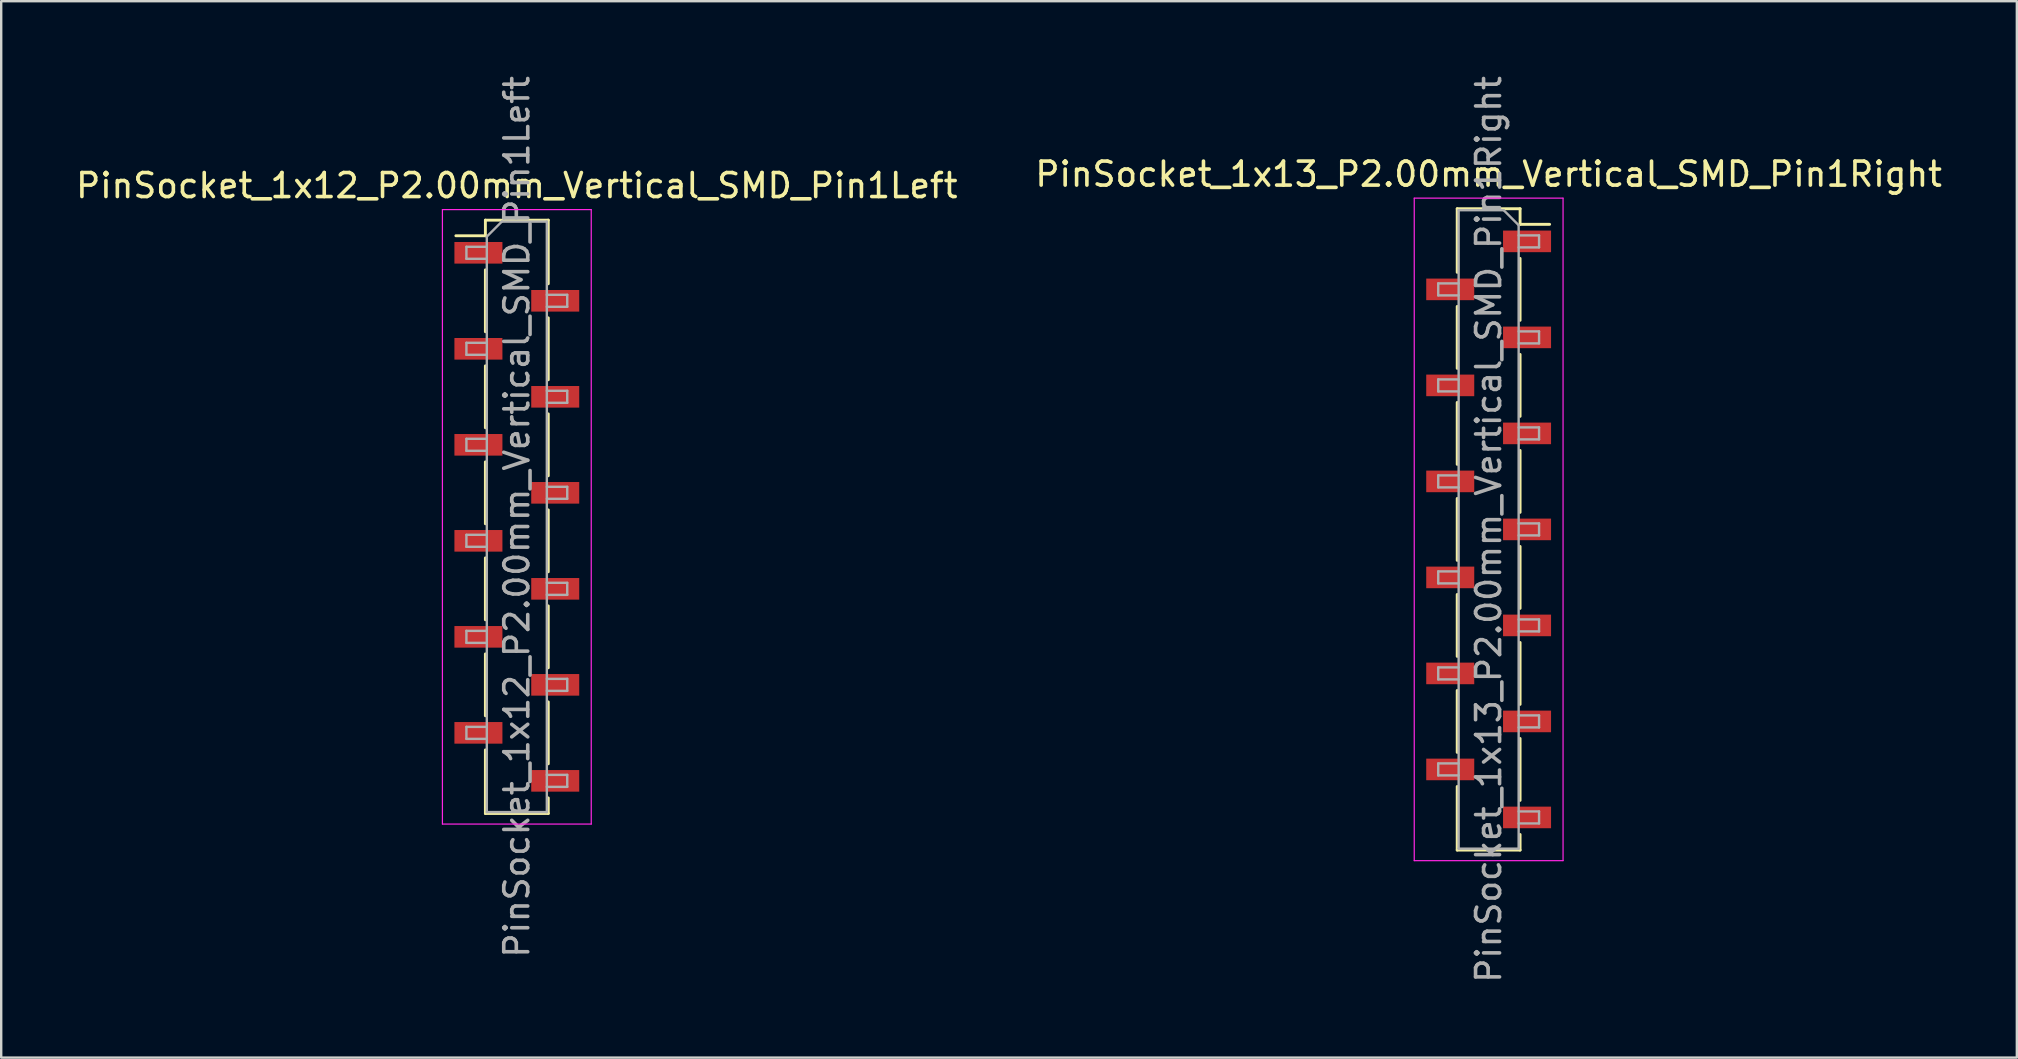
<source format=kicad_pcb>
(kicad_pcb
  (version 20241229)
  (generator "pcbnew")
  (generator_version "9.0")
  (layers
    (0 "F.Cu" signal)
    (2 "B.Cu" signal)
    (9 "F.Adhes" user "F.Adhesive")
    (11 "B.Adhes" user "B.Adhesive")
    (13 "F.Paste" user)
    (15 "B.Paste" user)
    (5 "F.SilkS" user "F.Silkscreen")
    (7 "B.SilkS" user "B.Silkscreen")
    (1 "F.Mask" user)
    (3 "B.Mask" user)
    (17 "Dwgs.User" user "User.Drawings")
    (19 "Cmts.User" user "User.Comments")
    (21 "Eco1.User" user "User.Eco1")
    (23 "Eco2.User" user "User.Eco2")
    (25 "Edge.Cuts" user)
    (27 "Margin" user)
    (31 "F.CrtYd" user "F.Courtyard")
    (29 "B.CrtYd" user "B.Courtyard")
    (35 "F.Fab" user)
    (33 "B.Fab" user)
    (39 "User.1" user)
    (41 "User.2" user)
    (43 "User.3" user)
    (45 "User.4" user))
  (footprint "PinSocket_1x12_P2.00mm_Vertical_SMD_Pin1Left"
    (layer "F.Cu")
    (at 18.482 18.482)
    (property "Reference" "PinSocket_1x12_P2.00mm_Vertical_SMD_Pin1Left" (at 0 -13.8 0) (layer "F.SilkS") (effects (font (size 1 1) (thickness 0.15))))
    (attr smd)
    (fp_line (start -2.54 -11.71) (end -1.31 -11.71) (stroke (width 0.12) (type solid)) (layer "F.SilkS"))
    (fp_line (start -1.31 -12.36) (end -1.31 -11.71) (stroke (width 0.12) (type solid)) (layer "F.SilkS"))
    (fp_line (start -1.31 -12.36) (end 1.31 -12.36) (stroke (width 0.12) (type solid)) (layer "F.SilkS"))
    (fp_line (start -1.31 -10.29) (end -1.31 -7.71) (stroke (width 0.12) (type solid)) (layer "F.SilkS"))
    (fp_line (start -1.31 -6.29) (end -1.31 -3.71) (stroke (width 0.12) (type solid)) (layer "F.SilkS"))
    (fp_line (start -1.31 -2.29) (end -1.31 0.29) (stroke (width 0.12) (type solid)) (layer "F.SilkS"))
    (fp_line (start -1.31 1.71) (end -1.31 4.29) (stroke (width 0.12) (type solid)) (layer "F.SilkS"))
    (fp_line (start -1.31 5.71) (end -1.31 8.29) (stroke (width 0.12) (type solid)) (layer "F.SilkS"))
    (fp_line (start -1.31 9.71) (end -1.31 12.36) (stroke (width 0.12) (type solid)) (layer "F.SilkS"))
    (fp_line (start -1.31 12.36) (end 1.31 12.36) (stroke (width 0.12) (type solid)) (layer "F.SilkS"))
    (fp_line (start 1.31 -12.36) (end 1.31 -9.71) (stroke (width 0.12) (type solid)) (layer "F.SilkS"))
    (fp_line (start 1.31 -8.29) (end 1.31 -5.71) (stroke (width 0.12) (type solid)) (layer "F.SilkS"))
    (fp_line (start 1.31 -4.29) (end 1.31 -1.71) (stroke (width 0.12) (type solid)) (layer "F.SilkS"))
    (fp_line (start 1.31 -0.29) (end 1.31 2.29) (stroke (width 0.12) (type solid)) (layer "F.SilkS"))
    (fp_line (start 1.31 3.71) (end 1.31 6.29) (stroke (width 0.12) (type solid)) (layer "F.SilkS"))
    (fp_line (start 1.31 7.71) (end 1.31 10.29) (stroke (width 0.12) (type solid)) (layer "F.SilkS"))
    (fp_line (start 1.31 11.71) (end 1.31 12.36) (stroke (width 0.12) (type solid)) (layer "F.SilkS"))
    (fp_line (start -3.1 -12.8) (end 3.1 -12.8) (stroke (width 0.05) (type solid)) (layer "F.CrtYd"))
    (fp_line (start -3.1 12.8) (end -3.1 -12.8) (stroke (width 0.05) (type solid)) (layer "F.CrtYd"))
    (fp_line (start 3.1 -12.8) (end 3.1 12.8) (stroke (width 0.05) (type solid)) (layer "F.CrtYd"))
    (fp_line (start 3.1 12.8) (end -3.1 12.8) (stroke (width 0.05) (type solid)) (layer "F.CrtYd"))
    (fp_line (start -2.1 -11.25) (end -1.25 -11.25) (stroke (width 0.1) (type solid)) (layer "F.Fab"))
    (fp_line (start -2.1 -10.75) (end -2.1 -11.25) (stroke (width 0.1) (type solid)) (layer "F.Fab"))
    (fp_line (start -2.1 -7.25) (end -1.25 -7.25) (stroke (width 0.1) (type solid)) (layer "F.Fab"))
    (fp_line (start -2.1 -6.75) (end -2.1 -7.25) (stroke (width 0.1) (type solid)) (layer "F.Fab"))
    (fp_line (start -2.1 -3.25) (end -1.25 -3.25) (stroke (width 0.1) (type solid)) (layer "F.Fab"))
    (fp_line (start -2.1 -2.75) (end -2.1 -3.25) (stroke (width 0.1) (type solid)) (layer "F.Fab"))
    (fp_line (start -2.1 0.75) (end -1.25 0.75) (stroke (width 0.1) (type solid)) (layer "F.Fab"))
    (fp_line (start -2.1 1.25) (end -2.1 0.75) (stroke (width 0.1) (type solid)) (layer "F.Fab"))
    (fp_line (start -2.1 4.75) (end -1.25 4.75) (stroke (width 0.1) (type solid)) (layer "F.Fab"))
    (fp_line (start -2.1 5.25) (end -2.1 4.75) (stroke (width 0.1) (type solid)) (layer "F.Fab"))
    (fp_line (start -2.1 8.75) (end -1.25 8.75) (stroke (width 0.1) (type solid)) (layer "F.Fab"))
    (fp_line (start -2.1 9.25) (end -2.1 8.75) (stroke (width 0.1) (type solid)) (layer "F.Fab"))
    (fp_line (start -1.25 -11.675) (end -0.625 -12.3) (stroke (width 0.1) (type solid)) (layer "F.Fab"))
    (fp_line (start -1.25 -10.75) (end -2.1 -10.75) (stroke (width 0.1) (type solid)) (layer "F.Fab"))
    (fp_line (start -1.25 -6.75) (end -2.1 -6.75) (stroke (width 0.1) (type solid)) (layer "F.Fab"))
    (fp_line (start -1.25 -2.75) (end -2.1 -2.75) (stroke (width 0.1) (type solid)) (layer "F.Fab"))
    (fp_line (start -1.25 1.25) (end -2.1 1.25) (stroke (width 0.1) (type solid)) (layer "F.Fab"))
    (fp_line (start -1.25 5.25) (end -2.1 5.25) (stroke (width 0.1) (type solid)) (layer "F.Fab"))
    (fp_line (start -1.25 9.25) (end -2.1 9.25) (stroke (width 0.1) (type solid)) (layer "F.Fab"))
    (fp_line (start -1.25 12.3) (end -1.25 -11.675) (stroke (width 0.1) (type solid)) (layer "F.Fab"))
    (fp_line (start -0.625 -12.3) (end 1.25 -12.3) (stroke (width 0.1) (type solid)) (layer "F.Fab"))
    (fp_line (start 1.25 -12.3) (end 1.25 12.3) (stroke (width 0.1) (type solid)) (layer "F.Fab"))
    (fp_line (start 1.25 -9.25) (end 2.1 -9.25) (stroke (width 0.1) (type solid)) (layer "F.Fab"))
    (fp_line (start 1.25 -5.25) (end 2.1 -5.25) (stroke (width 0.1) (type solid)) (layer "F.Fab"))
    (fp_line (start 1.25 -1.25) (end 2.1 -1.25) (stroke (width 0.1) (type solid)) (layer "F.Fab"))
    (fp_line (start 1.25 2.75) (end 2.1 2.75) (stroke (width 0.1) (type solid)) (layer "F.Fab"))
    (fp_line (start 1.25 6.75) (end 2.1 6.75) (stroke (width 0.1) (type solid)) (layer "F.Fab"))
    (fp_line (start 1.25 10.75) (end 2.1 10.75) (stroke (width 0.1) (type solid)) (layer "F.Fab"))
    (fp_line (start 1.25 12.3) (end -1.25 12.3) (stroke (width 0.1) (type solid)) (layer "F.Fab"))
    (fp_line (start 2.1 -9.25) (end 2.1 -8.75) (stroke (width 0.1) (type solid)) (layer "F.Fab"))
    (fp_line (start 2.1 -8.75) (end 1.25 -8.75) (stroke (width 0.1) (type solid)) (layer "F.Fab"))
    (fp_line (start 2.1 -5.25) (end 2.1 -4.75) (stroke (width 0.1) (type solid)) (layer "F.Fab"))
    (fp_line (start 2.1 -4.75) (end 1.25 -4.75) (stroke (width 0.1) (type solid)) (layer "F.Fab"))
    (fp_line (start 2.1 -1.25) (end 2.1 -0.75) (stroke (width 0.1) (type solid)) (layer "F.Fab"))
    (fp_line (start 2.1 -0.75) (end 1.25 -0.75) (stroke (width 0.1) (type solid)) (layer "F.Fab"))
    (fp_line (start 2.1 2.75) (end 2.1 3.25) (stroke (width 0.1) (type solid)) (layer "F.Fab"))
    (fp_line (start 2.1 3.25) (end 1.25 3.25) (stroke (width 0.1) (type solid)) (layer "F.Fab"))
    (fp_line (start 2.1 6.75) (end 2.1 7.25) (stroke (width 0.1) (type solid)) (layer "F.Fab"))
    (fp_line (start 2.1 7.25) (end 1.25 7.25) (stroke (width 0.1) (type solid)) (layer "F.Fab"))
    (fp_line (start 2.1 10.75) (end 2.1 11.25) (stroke (width 0.1) (type solid)) (layer "F.Fab"))
    (fp_line (start 2.1 11.25) (end 1.25 11.25) (stroke (width 0.1) (type solid)) (layer "F.Fab"))
    (fp_text user "${REFERENCE}" (at 0 0 90) (layer "F.Fab") (effects (font (size 1 1) (thickness 0.15))))
    (pad "1" smd rect (at -1.6 -11) (size 2 0.9) (layers "F.Cu" "F.Mask" "F.Paste"))
    (pad "2" smd rect (at 1.6 -9) (size 2 0.9) (layers "F.Cu" "F.Mask" "F.Paste"))
    (pad "3" smd rect (at -1.6 -7) (size 2 0.9) (layers "F.Cu" "F.Mask" "F.Paste"))
    (pad "4" smd rect (at 1.6 -5) (size 2 0.9) (layers "F.Cu" "F.Mask" "F.Paste"))
    (pad "5" smd rect (at -1.6 -3) (size 2 0.9) (layers "F.Cu" "F.Mask" "F.Paste"))
    (pad "6" smd rect (at 1.6 -1) (size 2 0.9) (layers "F.Cu" "F.Mask" "F.Paste"))
    (pad "7" smd rect (at -1.6 1) (size 2 0.9) (layers "F.Cu" "F.Mask" "F.Paste"))
    (pad "8" smd rect (at 1.6 3) (size 2 0.9) (layers "F.Cu" "F.Mask" "F.Paste"))
    (pad "9" smd rect (at -1.6 5) (size 2 0.9) (layers "F.Cu" "F.Mask" "F.Paste"))
    (pad "10" smd rect (at 1.6 7) (size 2 0.9) (layers "F.Cu" "F.Mask" "F.Paste"))
    (pad "11" smd rect (at -1.6 9) (size 2 0.9) (layers "F.Cu" "F.Mask" "F.Paste"))
    (pad "12" smd rect (at 1.6 11) (size 2 0.9) (layers "F.Cu" "F.Mask" "F.Paste")))
  (footprint "PinSocket_1x13_P2.00mm_Vertical_SMD_Pin1Right"
    (layer "F.Cu")
    (at 58.97 19.006)
    (property "Reference" "PinSocket_1x13_P2.00mm_Vertical_SMD_Pin1Right" (at 0 -14.8 0) (layer "F.SilkS") (effects (font (size 1 1) (thickness 0.15))))
    (attr smd)
    (fp_line (start -1.31 -13.36) (end -1.31 -10.71) (stroke (width 0.12) (type solid)) (layer "F.SilkS"))
    (fp_line (start -1.31 -13.36) (end 1.31 -13.36) (stroke (width 0.12) (type solid)) (layer "F.SilkS"))
    (fp_line (start -1.31 -9.29) (end -1.31 -6.71) (stroke (width 0.12) (type solid)) (layer "F.SilkS"))
    (fp_line (start -1.31 -5.29) (end -1.31 -2.71) (stroke (width 0.12) (type solid)) (layer "F.SilkS"))
    (fp_line (start -1.31 -1.29) (end -1.31 1.29) (stroke (width 0.12) (type solid)) (layer "F.SilkS"))
    (fp_line (start -1.31 2.71) (end -1.31 5.29) (stroke (width 0.12) (type solid)) (layer "F.SilkS"))
    (fp_line (start -1.31 6.71) (end -1.31 9.29) (stroke (width 0.12) (type solid)) (layer "F.SilkS"))
    (fp_line (start -1.31 10.71) (end -1.31 13.36) (stroke (width 0.12) (type solid)) (layer "F.SilkS"))
    (fp_line (start -1.31 13.36) (end 1.31 13.36) (stroke (width 0.12) (type solid)) (layer "F.SilkS"))
    (fp_line (start 1.31 -13.36) (end 1.31 -12.71) (stroke (width 0.12) (type solid)) (layer "F.SilkS"))
    (fp_line (start 1.31 -12.71) (end 2.54 -12.71) (stroke (width 0.12) (type solid)) (layer "F.SilkS"))
    (fp_line (start 1.31 -11.29) (end 1.31 -8.71) (stroke (width 0.12) (type solid)) (layer "F.SilkS"))
    (fp_line (start 1.31 -7.29) (end 1.31 -4.71) (stroke (width 0.12) (type solid)) (layer "F.SilkS"))
    (fp_line (start 1.31 -3.29) (end 1.31 -0.71) (stroke (width 0.12) (type solid)) (layer "F.SilkS"))
    (fp_line (start 1.31 0.71) (end 1.31 3.29) (stroke (width 0.12) (type solid)) (layer "F.SilkS"))
    (fp_line (start 1.31 4.71) (end 1.31 7.29) (stroke (width 0.12) (type solid)) (layer "F.SilkS"))
    (fp_line (start 1.31 8.71) (end 1.31 11.29) (stroke (width 0.12) (type solid)) (layer "F.SilkS"))
    (fp_line (start 1.31 12.71) (end 1.31 13.36) (stroke (width 0.12) (type solid)) (layer "F.SilkS"))
    (fp_line (start -3.1 -13.8) (end 3.1 -13.8) (stroke (width 0.05) (type solid)) (layer "F.CrtYd"))
    (fp_line (start -3.1 13.8) (end -3.1 -13.8) (stroke (width 0.05) (type solid)) (layer "F.CrtYd"))
    (fp_line (start 3.1 -13.8) (end 3.1 13.8) (stroke (width 0.05) (type solid)) (layer "F.CrtYd"))
    (fp_line (start 3.1 13.8) (end -3.1 13.8) (stroke (width 0.05) (type solid)) (layer "F.CrtYd"))
    (fp_line (start -2.1 -10.25) (end -1.25 -10.25) (stroke (width 0.1) (type solid)) (layer "F.Fab"))
    (fp_line (start -2.1 -9.75) (end -2.1 -10.25) (stroke (width 0.1) (type solid)) (layer "F.Fab"))
    (fp_line (start -2.1 -6.25) (end -1.25 -6.25) (stroke (width 0.1) (type solid)) (layer "F.Fab"))
    (fp_line (start -2.1 -5.75) (end -2.1 -6.25) (stroke (width 0.1) (type solid)) (layer "F.Fab"))
    (fp_line (start -2.1 -2.25) (end -1.25 -2.25) (stroke (width 0.1) (type solid)) (layer "F.Fab"))
    (fp_line (start -2.1 -1.75) (end -2.1 -2.25) (stroke (width 0.1) (type solid)) (layer "F.Fab"))
    (fp_line (start -2.1 1.75) (end -1.25 1.75) (stroke (width 0.1) (type solid)) (layer "F.Fab"))
    (fp_line (start -2.1 2.25) (end -2.1 1.75) (stroke (width 0.1) (type solid)) (layer "F.Fab"))
    (fp_line (start -2.1 5.75) (end -1.25 5.75) (stroke (width 0.1) (type solid)) (layer "F.Fab"))
    (fp_line (start -2.1 6.25) (end -2.1 5.75) (stroke (width 0.1) (type solid)) (layer "F.Fab"))
    (fp_line (start -2.1 9.75) (end -1.25 9.75) (stroke (width 0.1) (type solid)) (layer "F.Fab"))
    (fp_line (start -2.1 10.25) (end -2.1 9.75) (stroke (width 0.1) (type solid)) (layer "F.Fab"))
    (fp_line (start -1.25 -13.3) (end 0.625 -13.3) (stroke (width 0.1) (type solid)) (layer "F.Fab"))
    (fp_line (start -1.25 -9.75) (end -2.1 -9.75) (stroke (width 0.1) (type solid)) (layer "F.Fab"))
    (fp_line (start -1.25 -5.75) (end -2.1 -5.75) (stroke (width 0.1) (type solid)) (layer "F.Fab"))
    (fp_line (start -1.25 -1.75) (end -2.1 -1.75) (stroke (width 0.1) (type solid)) (layer "F.Fab"))
    (fp_line (start -1.25 2.25) (end -2.1 2.25) (stroke (width 0.1) (type solid)) (layer "F.Fab"))
    (fp_line (start -1.25 6.25) (end -2.1 6.25) (stroke (width 0.1) (type solid)) (layer "F.Fab"))
    (fp_line (start -1.25 10.25) (end -2.1 10.25) (stroke (width 0.1) (type solid)) (layer "F.Fab"))
    (fp_line (start -1.25 13.3) (end -1.25 -13.3) (stroke (width 0.1) (type solid)) (layer "F.Fab"))
    (fp_line (start 0.625 -13.3) (end 1.25 -12.675) (stroke (width 0.1) (type solid)) (layer "F.Fab"))
    (fp_line (start 1.25 -12.675) (end 1.25 13.3) (stroke (width 0.1) (type solid)) (layer "F.Fab"))
    (fp_line (start 1.25 -12.25) (end 2.1 -12.25) (stroke (width 0.1) (type solid)) (layer "F.Fab"))
    (fp_line (start 1.25 -8.25) (end 2.1 -8.25) (stroke (width 0.1) (type solid)) (layer "F.Fab"))
    (fp_line (start 1.25 -4.25) (end 2.1 -4.25) (stroke (width 0.1) (type solid)) (layer "F.Fab"))
    (fp_line (start 1.25 -0.25) (end 2.1 -0.25) (stroke (width 0.1) (type solid)) (layer "F.Fab"))
    (fp_line (start 1.25 3.75) (end 2.1 3.75) (stroke (width 0.1) (type solid)) (layer "F.Fab"))
    (fp_line (start 1.25 7.75) (end 2.1 7.75) (stroke (width 0.1) (type solid)) (layer "F.Fab"))
    (fp_line (start 1.25 11.75) (end 2.1 11.75) (stroke (width 0.1) (type solid)) (layer "F.Fab"))
    (fp_line (start 1.25 13.3) (end -1.25 13.3) (stroke (width 0.1) (type solid)) (layer "F.Fab"))
    (fp_line (start 2.1 -12.25) (end 2.1 -11.75) (stroke (width 0.1) (type solid)) (layer "F.Fab"))
    (fp_line (start 2.1 -11.75) (end 1.25 -11.75) (stroke (width 0.1) (type solid)) (layer "F.Fab"))
    (fp_line (start 2.1 -8.25) (end 2.1 -7.75) (stroke (width 0.1) (type solid)) (layer "F.Fab"))
    (fp_line (start 2.1 -7.75) (end 1.25 -7.75) (stroke (width 0.1) (type solid)) (layer "F.Fab"))
    (fp_line (start 2.1 -4.25) (end 2.1 -3.75) (stroke (width 0.1) (type solid)) (layer "F.Fab"))
    (fp_line (start 2.1 -3.75) (end 1.25 -3.75) (stroke (width 0.1) (type solid)) (layer "F.Fab"))
    (fp_line (start 2.1 -0.25) (end 2.1 0.25) (stroke (width 0.1) (type solid)) (layer "F.Fab"))
    (fp_line (start 2.1 0.25) (end 1.25 0.25) (stroke (width 0.1) (type solid)) (layer "F.Fab"))
    (fp_line (start 2.1 3.75) (end 2.1 4.25) (stroke (width 0.1) (type solid)) (layer "F.Fab"))
    (fp_line (start 2.1 4.25) (end 1.25 4.25) (stroke (width 0.1) (type solid)) (layer "F.Fab"))
    (fp_line (start 2.1 7.75) (end 2.1 8.25) (stroke (width 0.1) (type solid)) (layer "F.Fab"))
    (fp_line (start 2.1 8.25) (end 1.25 8.25) (stroke (width 0.1) (type solid)) (layer "F.Fab"))
    (fp_line (start 2.1 11.75) (end 2.1 12.25) (stroke (width 0.1) (type solid)) (layer "F.Fab"))
    (fp_line (start 2.1 12.25) (end 1.25 12.25) (stroke (width 0.1) (type solid)) (layer "F.Fab"))
    (fp_text user "${REFERENCE}" (at 0 0 90) (layer "F.Fab") (effects (font (size 1 1) (thickness 0.15))))
    (pad "1" smd rect (at 1.6 -12) (size 2 0.9) (layers "F.Cu" "F.Mask" "F.Paste"))
    (pad "2" smd rect (at -1.6 -10) (size 2 0.9) (layers "F.Cu" "F.Mask" "F.Paste"))
    (pad "3" smd rect (at 1.6 -8) (size 2 0.9) (layers "F.Cu" "F.Mask" "F.Paste"))
    (pad "4" smd rect (at -1.6 -6) (size 2 0.9) (layers "F.Cu" "F.Mask" "F.Paste"))
    (pad "5" smd rect (at 1.6 -4) (size 2 0.9) (layers "F.Cu" "F.Mask" "F.Paste"))
    (pad "6" smd rect (at -1.6 -2) (size 2 0.9) (layers "F.Cu" "F.Mask" "F.Paste"))
    (pad "7" smd rect (at 1.6 0) (size 2 0.9) (layers "F.Cu" "F.Mask" "F.Paste"))
    (pad "8" smd rect (at -1.6 2) (size 2 0.9) (layers "F.Cu" "F.Mask" "F.Paste"))
    (pad "9" smd rect (at 1.6 4) (size 2 0.9) (layers "F.Cu" "F.Mask" "F.Paste"))
    (pad "10" smd rect (at -1.6 6) (size 2 0.9) (layers "F.Cu" "F.Mask" "F.Paste"))
    (pad "11" smd rect (at 1.6 8) (size 2 0.9) (layers "F.Cu" "F.Mask" "F.Paste"))
    (pad "12" smd rect (at -1.6 10) (size 2 0.9) (layers "F.Cu" "F.Mask" "F.Paste"))
    (pad "13" smd rect (at 1.6 12) (size 2 0.9) (layers "F.Cu" "F.Mask" "F.Paste")))
  (gr_rect
    (start -3 -3)
    (end 80.976 41.012)
    (stroke (width 0.1) (type default))
    (fill no)
    (layer "Edge.Cuts")))
</source>
